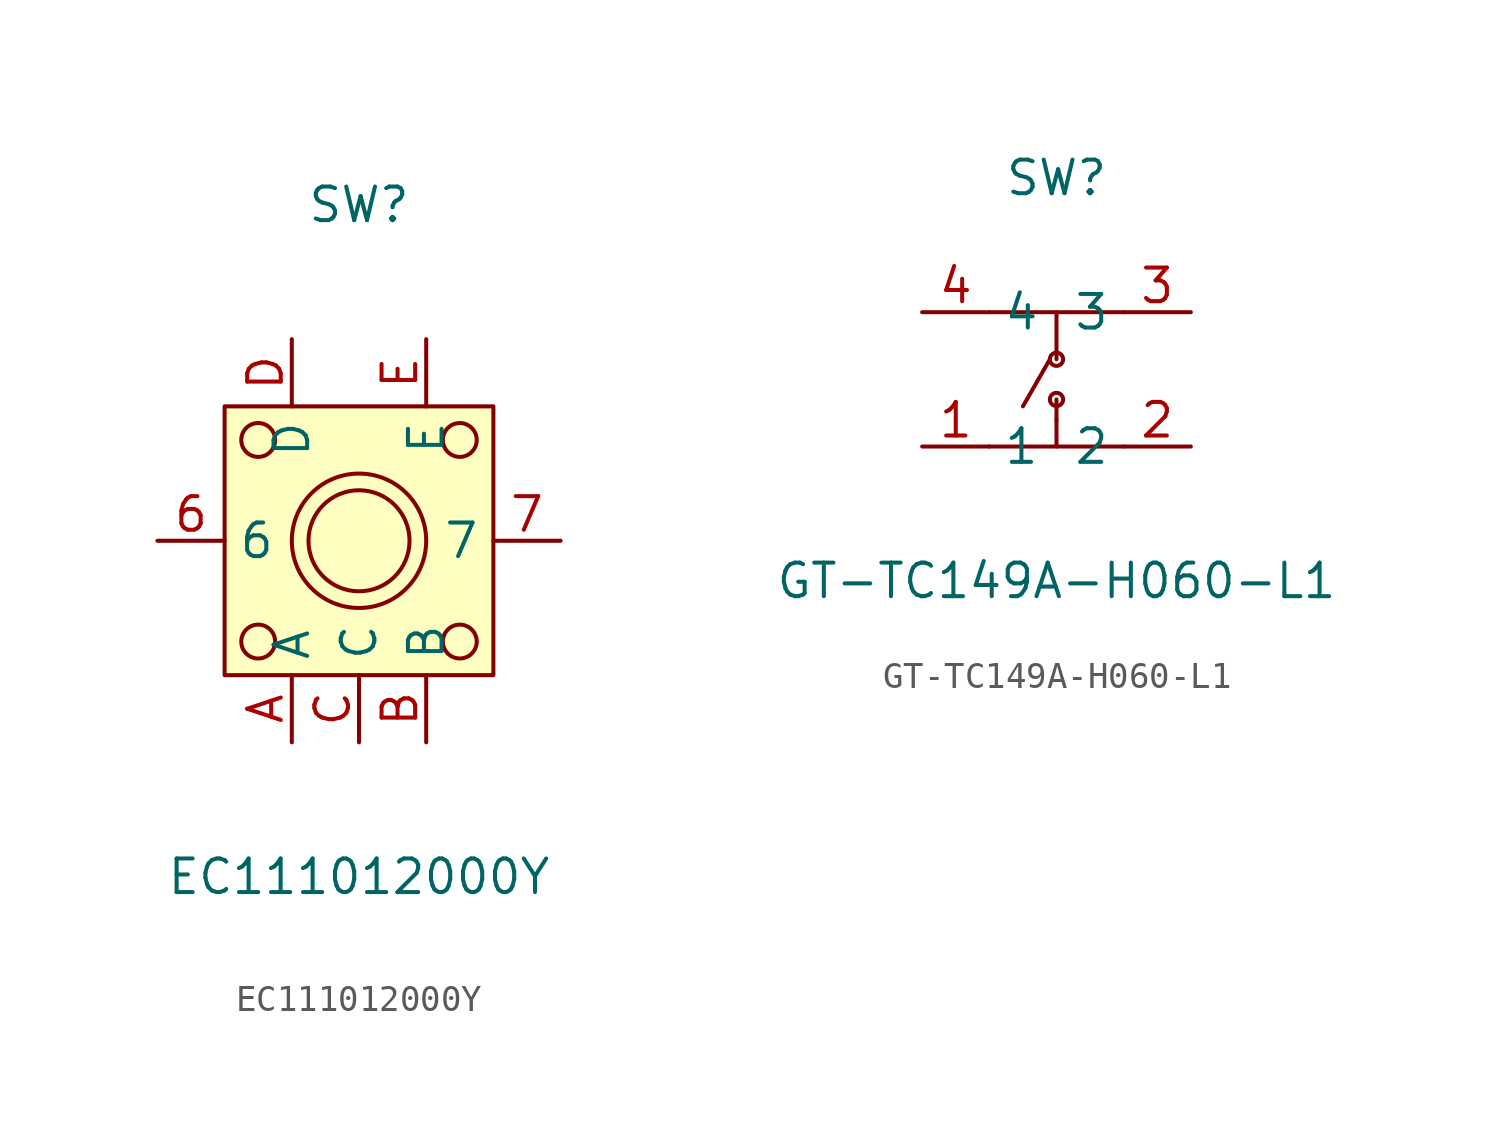
<source format=kicad_sym>
(kicad_symbol_lib
  (version 20211014)
  (generator https://github.com/uPesy/easyeda2kicad.py)
  (symbol "EC111012000Y"
    (property "Reference" "SW"
      (at 0 12.70 0)
      (effects (font (size 1.27 1.27))))
    (property "Value" "EC111012000Y"
      (at 0 -12.70 0)
      (effects (font (size 1.27 1.27))))
    (symbol "EC111012000Y_0_1"
      (rectangle (start -5.08 5.08) (end 5.08 -5.08) (stroke (width 0) (type default) (color 0 0 0 0)) (fill (type background)))
      (circle (center 3.81 -3.81) (radius 0.64) (stroke (width 0) (type default) (color 0 0 0 0)) (fill (type none)))
      (circle (center -3.81 -3.81) (radius 0.64) (stroke (width 0) (type default) (color 0 0 0 0)) (fill (type none)))
      (circle (center 3.81 3.81) (radius 0.64) (stroke (width 0) (type default) (color 0 0 0 0)) (fill (type none)))
      (circle (center -3.81 3.81) (radius 0.64) (stroke (width 0) (type default) (color 0 0 0 0)) (fill (type none)))
      (circle (center 0.00 -0.00) (radius 1.91) (stroke (width 0) (type default) (color 0 0 0 0)) (fill (type none)))
      (circle (center 0.00 -0.00) (radius 2.54) (stroke (width 0) (type default) (color 0 0 0 0)) (fill (type none)))
      (pin unspecified line (at -2.54 7.62 270) (length 2.54) (name "D" (effects (font (size 1.27 1.27)))) (number "D" (effects (font (size 1.27 1.27)))))
      (pin unspecified line (at 2.54 7.62 270) (length 2.54) (name "E" (effects (font (size 1.27 1.27)))) (number "E" (effects (font (size 1.27 1.27)))))
      (pin unspecified line (at 0.00 -7.62 90) (length 2.54) (name "C" (effects (font (size 1.27 1.27)))) (number "C" (effects (font (size 1.27 1.27)))))
      (pin unspecified line (at 2.54 -7.62 90) (length 2.54) (name "B" (effects (font (size 1.27 1.27)))) (number "B" (effects (font (size 1.27 1.27)))))
      (pin unspecified line (at -2.54 -7.62 90) (length 2.54) (name "A" (effects (font (size 1.27 1.27)))) (number "A" (effects (font (size 1.27 1.27)))))
      (pin unspecified line (at -7.62 -0.00 0) (length 2.54) (name "6" (effects (font (size 1.27 1.27)))) (number "6" (effects (font (size 1.27 1.27)))))
      (pin unspecified line (at 7.62 -0.00 180) (length 2.54) (name "7" (effects (font (size 1.27 1.27)))) (number "7" (effects (font (size 1.27 1.27)))))))
  (symbol "GT-TC149A-H060-L1"
    (property "Reference" "SW"
      (at 0 7.62 0)
      (effects (font (size 1.27 1.27))))
    (property "Value" "GT-TC149A-H060-L1"
      (at 0 -7.62 0)
      (effects (font (size 1.27 1.27))))
    (symbol "GT-TC149A-H060-L1_0_1"
      (circle (center 0.00 -0.76) (radius 0.25) (stroke (width 0) (type default) (color 0 0 0 0)) (fill (type none)))
      (circle (center 0.00 0.76) (radius 0.25) (stroke (width 0) (type default) (color 0 0 0 0)) (fill (type none)))
      (polyline (pts (xy -1.27 -1.02) (xy -0.25 0.76)) (stroke (width 0) (type default) (color 0 0 0 0)) (fill (type none)))
      (polyline (pts (xy 0.00 -1.52) (xy 0.00 -0.76)) (stroke (width 0) (type default) (color 0 0 0 0)) (fill (type none)))
      (polyline (pts (xy 0.00 2.54) (xy 0.00 0.76)) (stroke (width 0) (type default) (color 0 0 0 0)) (fill (type none)))
      (polyline (pts (xy 0.00 -2.54) (xy 0.00 -1.52)) (stroke (width 0) (type default) (color 0 0 0 0)) (fill (type none)))
      (polyline (pts (xy 2.54 2.54) (xy -2.54 2.54)) (stroke (width 0) (type default) (color 0 0 0 0)) (fill (type none)))
      (polyline (pts (xy -2.54 -2.54) (xy 2.54 -2.54)) (stroke (width 0) (type default) (color 0 0 0 0)) (fill (type none)))
      (pin unspecified line (at -5.08 2.54 0) (length 2.54) (name "4" (effects (font (size 1.27 1.27)))) (number "4" (effects (font (size 1.27 1.27)))))
      (pin unspecified line (at 5.08 2.54 180) (length 2.54) (name "3" (effects (font (size 1.27 1.27)))) (number "3" (effects (font (size 1.27 1.27)))))
      (pin unspecified line (at 5.08 -2.54 180) (length 2.54) (name "2" (effects (font (size 1.27 1.27)))) (number "2" (effects (font (size 1.27 1.27)))))
      (pin unspecified line (at -5.08 -2.54 0) (length 2.54) (name "1" (effects (font (size 1.27 1.27)))) (number "1" (effects (font (size 1.27 1.27))))))))
</source>
